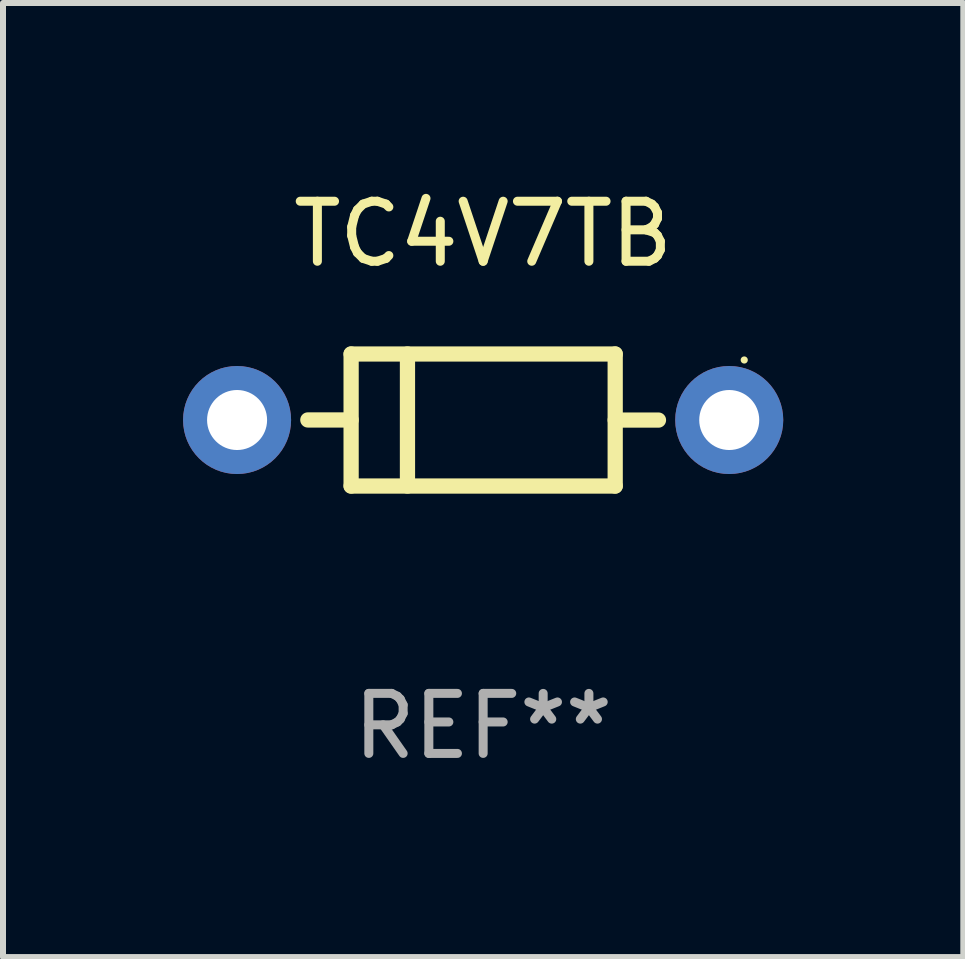
<source format=kicad_pcb>
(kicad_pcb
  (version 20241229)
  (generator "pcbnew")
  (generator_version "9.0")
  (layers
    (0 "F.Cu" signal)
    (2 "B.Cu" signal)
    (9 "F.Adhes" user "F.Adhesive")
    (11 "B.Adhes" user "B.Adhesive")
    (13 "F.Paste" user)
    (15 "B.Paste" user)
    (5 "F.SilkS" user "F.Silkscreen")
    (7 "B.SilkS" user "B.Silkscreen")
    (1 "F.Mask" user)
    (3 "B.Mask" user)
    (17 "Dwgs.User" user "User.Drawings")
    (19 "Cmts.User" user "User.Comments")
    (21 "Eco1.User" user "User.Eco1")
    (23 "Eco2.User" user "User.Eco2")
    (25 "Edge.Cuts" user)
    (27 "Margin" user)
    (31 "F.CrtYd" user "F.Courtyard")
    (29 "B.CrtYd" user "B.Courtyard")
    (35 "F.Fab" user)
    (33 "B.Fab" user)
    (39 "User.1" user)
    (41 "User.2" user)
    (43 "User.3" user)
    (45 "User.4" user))
  (footprint "TC4V7TB"
    (layer "F.Cu")
    (at 5 3.948)
    (property "Reference" "TC4V7TB" (at 0 -3.1 0) (layer "F.SilkS") (effects (font (size 1 1) (thickness 0.15))))
    (attr through_hole)
    (fp_line (start -2.2 -1.1) (end -2.2 1.1) (stroke (width 0.254) (type solid)) (layer "F.SilkS"))
    (fp_line (start -2.2 -1.1) (end 2.2 -1.1) (stroke (width 0.254) (type solid)) (layer "F.SilkS"))
    (fp_line (start -2.2 -0.001) (end -2.921 -0.001) (stroke (width 0.254) (type solid)) (layer "F.SilkS"))
    (fp_line (start -2.2 1.1) (end 2.2 1.1) (stroke (width 0.254) (type solid)) (layer "F.SilkS"))
    (fp_line (start -1.261 -1.1) (end -1.261 1.1) (stroke (width 0.254) (type solid)) (layer "F.SilkS"))
    (fp_line (start 2.2 -1.1) (end 2.2 1.1) (stroke (width 0.254) (type solid)) (layer "F.SilkS"))
    (fp_line (start 2.2 0.001) (end 2.921 0.001) (stroke (width 0.254) (type solid)) (layer "F.SilkS"))
    (fp_circle (center 4.35 -1) (end 4.38 -1) (stroke (width 0.06) (type solid)) (fill no) (layer "F.SilkS"))
    (fp_text user "REF**" (at 0 5.1 0) (layer "F.Fab") (effects (font (size 1 1) (thickness 0.15))))
    (pad "1" thru_hole circle (at 4.1 0) (size 1.8 1.8) (drill 1) (layers "*.Cu" "*.Mask"))
    (pad "2" thru_hole circle (at -4.1 0) (size 1.8 1.8) (drill 1) (layers "*.Cu" "*.Mask")))
  (gr_rect
    (start -3 -3)
    (end 13 12.896)
    (stroke (width 0.1) (type default))
    (fill no)
    (layer "Edge.Cuts")))
</source>
